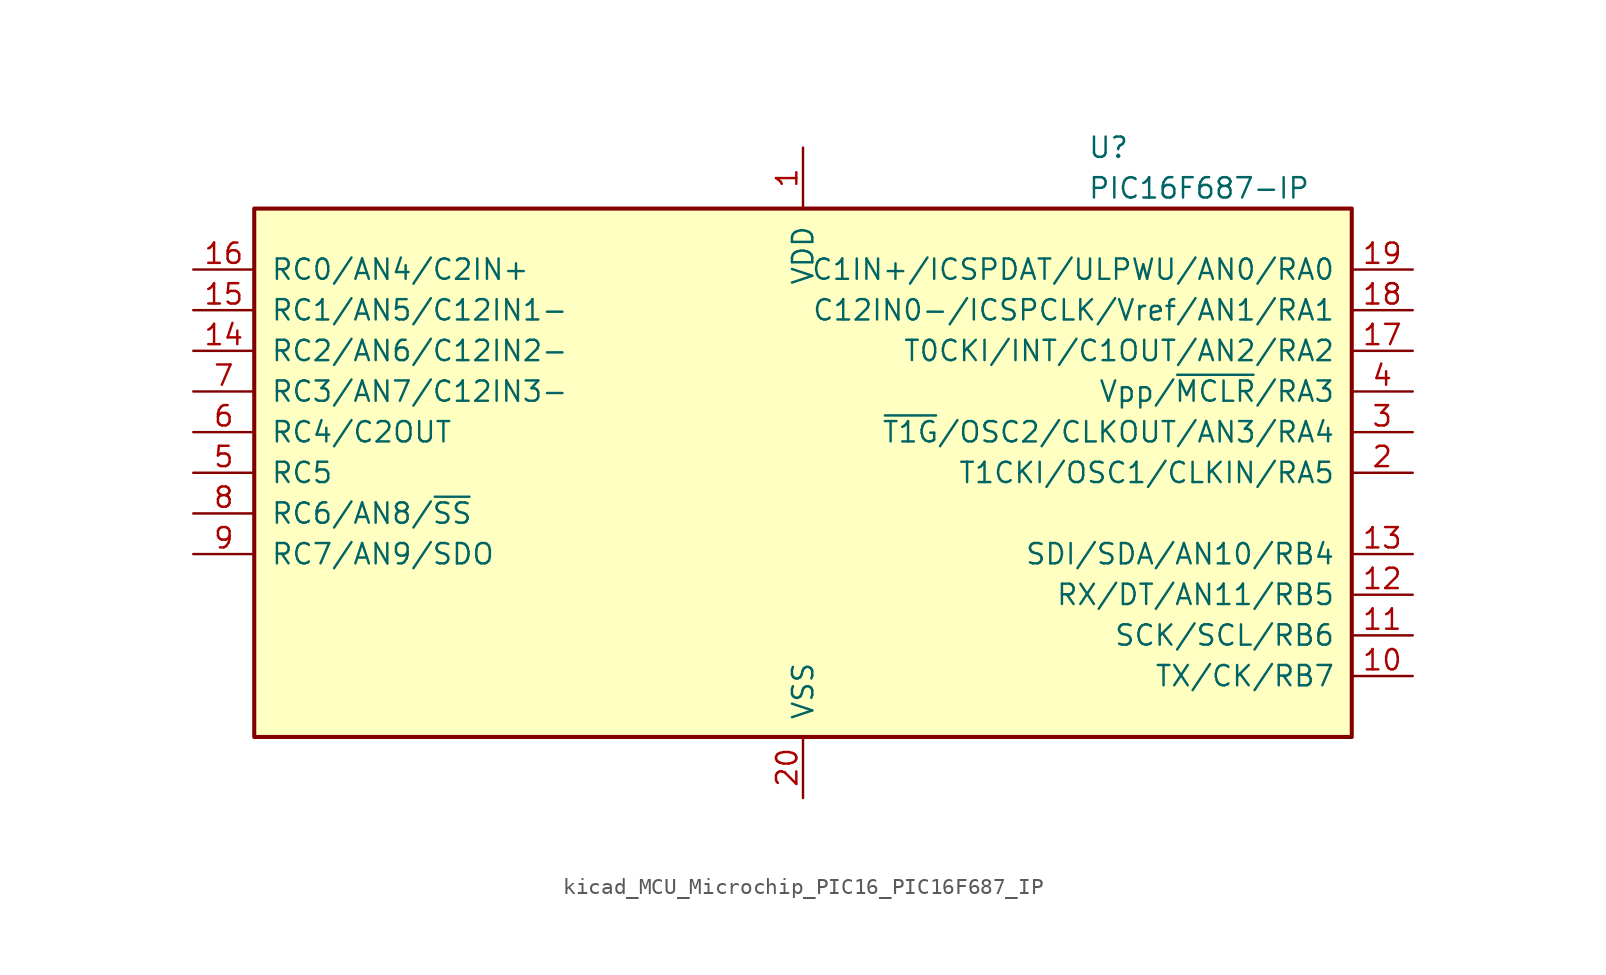
<source format=kicad_sym>
(kicad_symbol_lib
  (version 20220914)
  (generator kicad_symbol_editor)
  (symbol "kicad_MCU_Microchip_PIC16_PIC16F687_IP"
    (pin_names
      (offset 1.016))
    (property "Reference" "U"
      (at 17.78 20.32 0)
      (effects (font (size 1.27 1.27)) (justify left)))
    (property "Value" "PIC16F687-IP"
      (at 17.78 17.78 0)
      (effects (font (size 1.27 1.27)) (justify left)))
    (symbol "kicad_MCU_Microchip_PIC16_PIC16F687_IP_0_1"
      (rectangle (start -34.29 16.51) (end 34.29 -16.51) (stroke (width 0.254) (type default)) (fill (type background))))
    (symbol "kicad_MCU_Microchip_PIC16_PIC16F687_IP_1_1"
      (pin power_in line (at 0 20.32 270) (length 3.81) (name "VDD" (effects (font (size 1.27 1.27)))) (number "1" (effects (font (size 1.27 1.27)))))
      (pin bidirectional line (at 38.1 -12.7 180) (length 3.81) (name "TX/CK/RB7" (effects (font (size 1.27 1.27)))) (number "10" (effects (font (size 1.27 1.27)))))
      (pin bidirectional line (at 38.1 -10.16 180) (length 3.81) (name "SCK/SCL/RB6" (effects (font (size 1.27 1.27)))) (number "11" (effects (font (size 1.27 1.27)))))
      (pin bidirectional line (at 38.1 -7.62 180) (length 3.81) (name "RX/DT/AN11/RB5" (effects (font (size 1.27 1.27)))) (number "12" (effects (font (size 1.27 1.27)))))
      (pin bidirectional line (at 38.1 -5.08 180) (length 3.81) (name "SDI/SDA/AN10/RB4" (effects (font (size 1.27 1.27)))) (number "13" (effects (font (size 1.27 1.27)))))
      (pin bidirectional line (at -38.1 7.62 0) (length 3.81) (name "RC2/AN6/C12IN2-" (effects (font (size 1.27 1.27)))) (number "14" (effects (font (size 1.27 1.27)))))
      (pin bidirectional line (at -38.1 10.16 0) (length 3.81) (name "RC1/AN5/C12IN1-" (effects (font (size 1.27 1.27)))) (number "15" (effects (font (size 1.27 1.27)))))
      (pin bidirectional line (at -38.1 12.7 0) (length 3.81) (name "RC0/AN4/C2IN+" (effects (font (size 1.27 1.27)))) (number "16" (effects (font (size 1.27 1.27)))))
      (pin bidirectional line (at 38.1 7.62 180) (length 3.81) (name "T0CKI/INT/C1OUT/AN2/RA2" (effects (font (size 1.27 1.27)))) (number "17" (effects (font (size 1.27 1.27)))))
      (pin bidirectional line (at 38.1 10.16 180) (length 3.81) (name "C12IN0-/ICSPCLK/Vref/AN1/RA1" (effects (font (size 1.27 1.27)))) (number "18" (effects (font (size 1.27 1.27)))))
      (pin bidirectional line (at 38.1 12.7 180) (length 3.81) (name "C1IN+/ICSPDAT/ULPWU/AN0/RA0" (effects (font (size 1.27 1.27)))) (number "19" (effects (font (size 1.27 1.27)))))
      (pin bidirectional line (at 38.1 0 180) (length 3.81) (name "T1CKI/OSC1/CLKIN/RA5" (effects (font (size 1.27 1.27)))) (number "2" (effects (font (size 1.27 1.27)))))
      (pin power_in line (at 0 -20.32 90) (length 3.81) (name "VSS" (effects (font (size 1.27 1.27)))) (number "20" (effects (font (size 1.27 1.27)))))
      (pin bidirectional line (at 38.1 2.54 180) (length 3.81) (name "~{T1G}/OSC2/CLKOUT/AN3/RA4" (effects (font (size 1.27 1.27)))) (number "3" (effects (font (size 1.27 1.27)))))
      (pin input line (at 38.1 5.08 180) (length 3.81) (name "Vpp/~{MCLR}/RA3" (effects (font (size 1.27 1.27)))) (number "4" (effects (font (size 1.27 1.27)))))
      (pin bidirectional line (at -38.1 0 0) (length 3.81) (name "RC5" (effects (font (size 1.27 1.27)))) (number "5" (effects (font (size 1.27 1.27)))))
      (pin bidirectional line (at -38.1 2.54 0) (length 3.81) (name "RC4/C2OUT" (effects (font (size 1.27 1.27)))) (number "6" (effects (font (size 1.27 1.27)))))
      (pin bidirectional line (at -38.1 5.08 0) (length 3.81) (name "RC3/AN7/C12IN3-" (effects (font (size 1.27 1.27)))) (number "7" (effects (font (size 1.27 1.27)))))
      (pin bidirectional line (at -38.1 -2.54 0) (length 3.81) (name "RC6/AN8/~{SS}" (effects (font (size 1.27 1.27)))) (number "8" (effects (font (size 1.27 1.27)))))
      (pin bidirectional line (at -38.1 -5.08 0) (length 3.81) (name "RC7/AN9/SDO" (effects (font (size 1.27 1.27)))) (number "9" (effects (font (size 1.27 1.27))))))))
</source>
